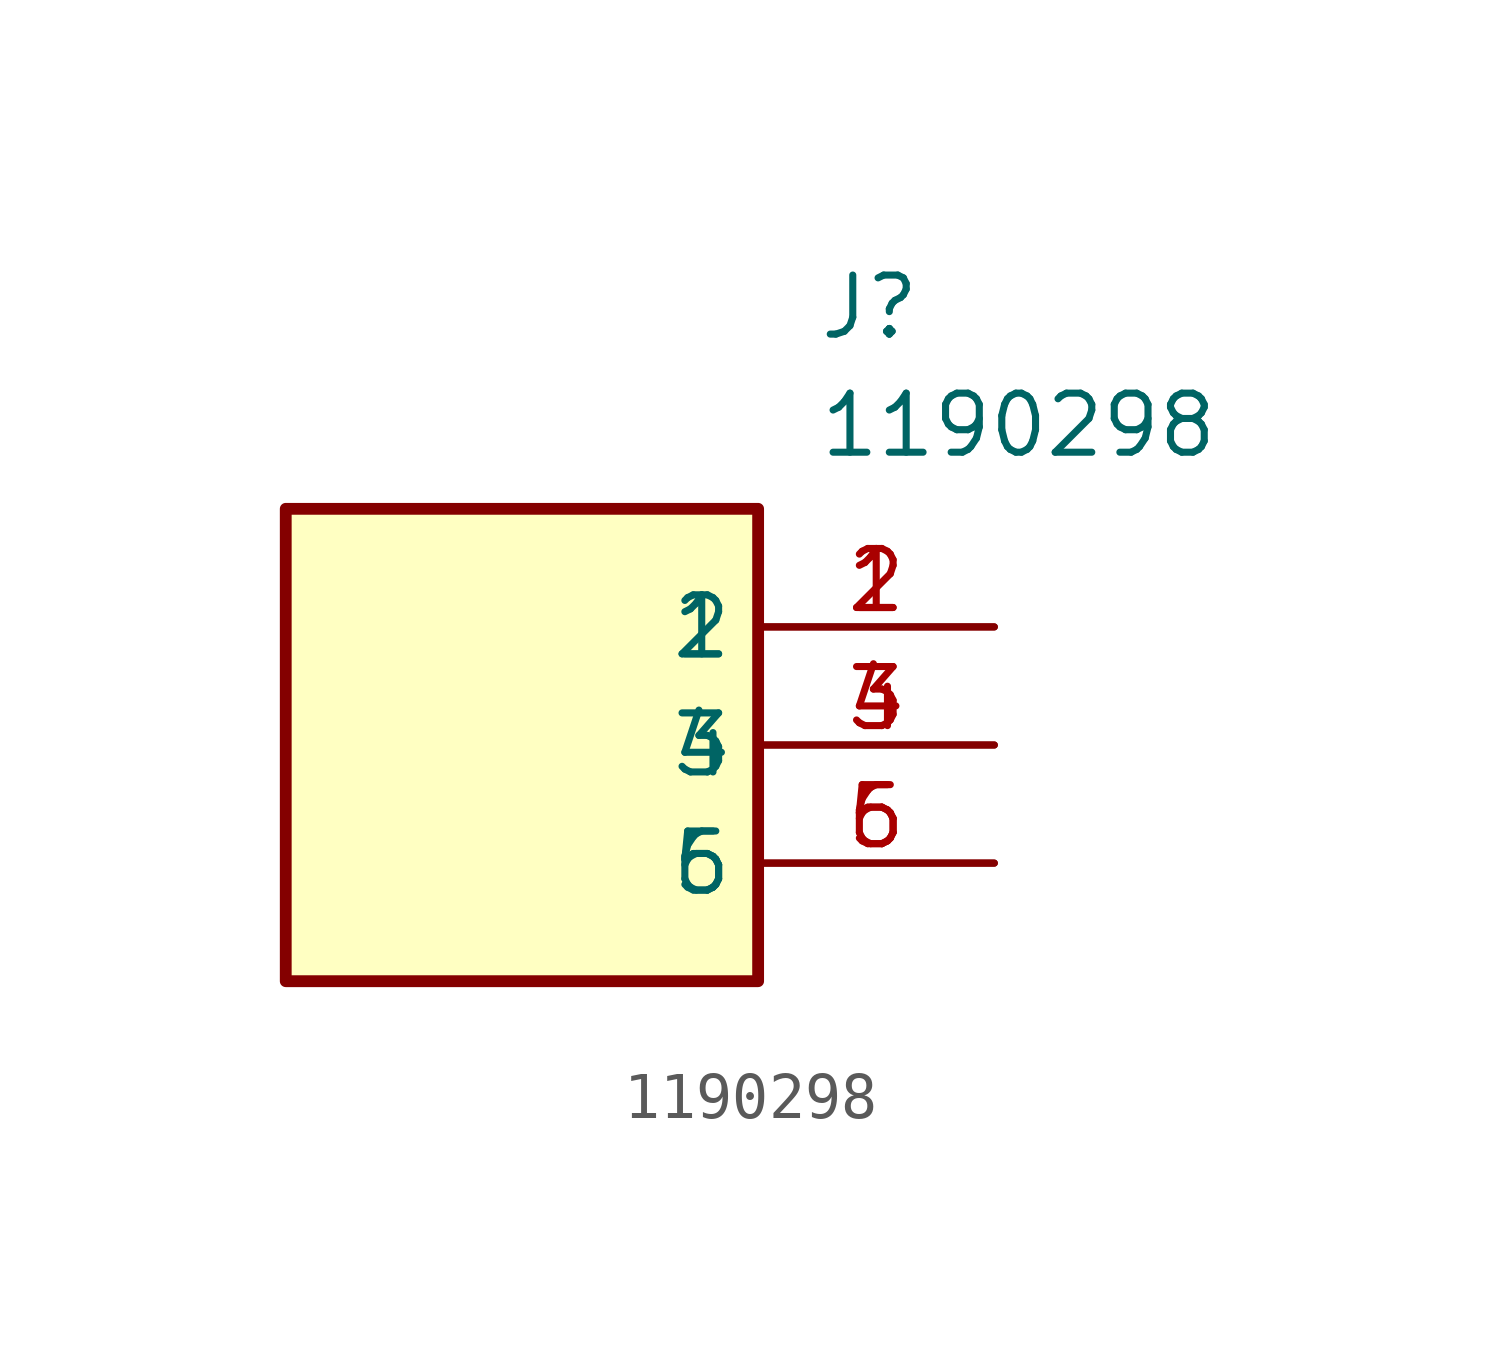
<source format=kicad_sym>
(kicad_symbol_lib
  (version 20231120)
  (generator "kicad_symbol_editor")
  (generator_version "8.0")
  (symbol "1190298"
    (property "Reference" "J"
      (at 16.51 7.62 0)
      (effects (font (size 1.27 1.27)) (justify left top)))
    (property "Value" "1190298"
      (at 16.51 5.08 0)
      (effects (font (size 1.27 1.27)) (justify left top)))
    (symbol "1190298_1_1"
      (rectangle (start 5.08 2.54) (end 15.24 -7.62) (stroke (width 0.254) (type default)) (fill (type background)))
      (pin passive line (at 20.32 0 180) (length 5.08) (name "1" (effects (font (size 1.27 1.27)))) (number "1" (effects (font (size 1.27 1.27)))))
      (pin passive line (at 20.32 0 180) (length 5.08) (name "2" (effects (font (size 1.27 1.27)))) (number "2" (effects (font (size 1.27 1.27)))))
      (pin passive line (at 20.32 -2.54 180) (length 5.08) (name "3" (effects (font (size 1.27 1.27)))) (number "3" (effects (font (size 1.27 1.27)))))
      (pin passive line (at 20.32 -2.54 180) (length 5.08) (name "4" (effects (font (size 1.27 1.27)))) (number "4" (effects (font (size 1.27 1.27)))))
      (pin passive line (at 20.32 -5.08 180) (length 5.08) (name "5" (effects (font (size 1.27 1.27)))) (number "5" (effects (font (size 1.27 1.27)))))
      (pin passive line (at 20.32 -5.08 180) (length 5.08) (name "6" (effects (font (size 1.27 1.27)))) (number "6" (effects (font (size 1.27 1.27))))))))
</source>
